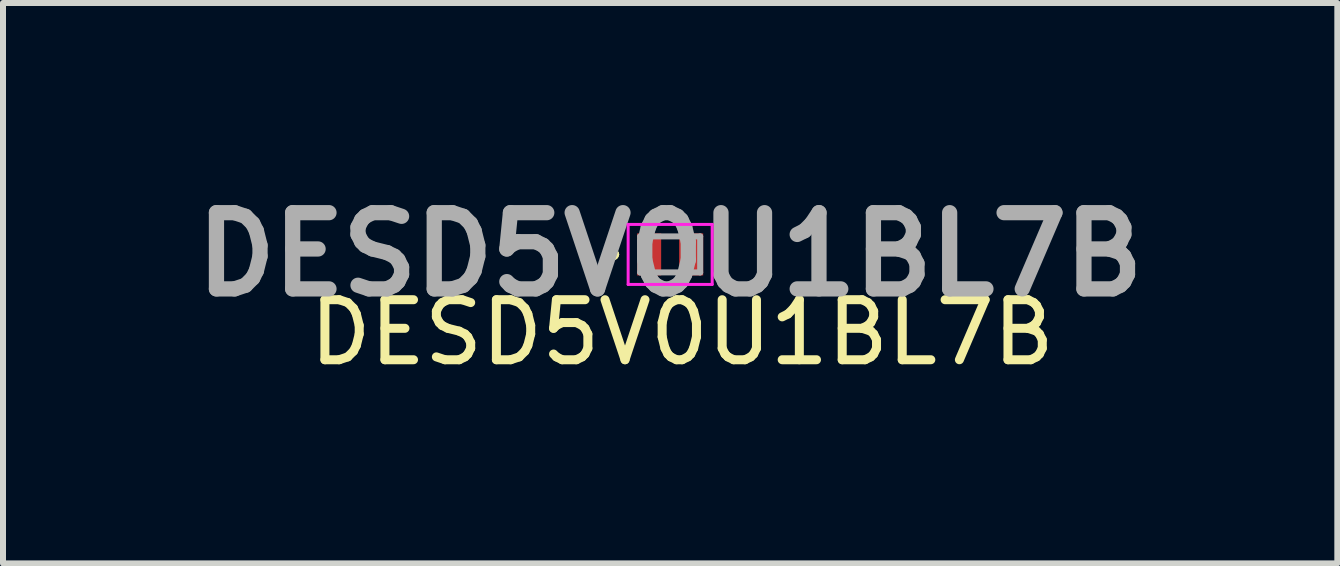
<source format=kicad_pcb>
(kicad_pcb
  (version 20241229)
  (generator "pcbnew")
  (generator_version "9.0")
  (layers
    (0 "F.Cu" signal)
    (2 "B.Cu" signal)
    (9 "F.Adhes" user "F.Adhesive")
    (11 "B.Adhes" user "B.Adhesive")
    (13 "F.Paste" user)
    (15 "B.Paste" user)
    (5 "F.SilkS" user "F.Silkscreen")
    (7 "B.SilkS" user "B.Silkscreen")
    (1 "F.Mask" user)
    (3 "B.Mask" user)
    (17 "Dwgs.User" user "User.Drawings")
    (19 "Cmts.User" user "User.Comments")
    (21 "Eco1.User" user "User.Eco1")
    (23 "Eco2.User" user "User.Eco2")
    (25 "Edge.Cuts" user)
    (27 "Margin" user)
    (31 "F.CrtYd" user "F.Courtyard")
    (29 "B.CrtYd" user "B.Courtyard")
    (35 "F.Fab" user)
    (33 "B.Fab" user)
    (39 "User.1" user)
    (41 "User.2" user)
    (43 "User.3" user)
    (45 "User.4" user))
  (footprint "DESD5V0U1BL7B"
    (layer "F.Cu")
    (at 8.116 1.189)
    (property "Reference" "DESD5V0U1BL7B" (at 0.2 1.3 0) (layer "F.SilkS") (effects (font (size 1 1) (thickness 0.15))))
    (attr smd)
    (fp_line (start -1 0) (end -1 0) (stroke (width 0.1) (type solid)) (layer "F.SilkS"))
    (fp_line (start -0.9 0) (end -0.9 0) (stroke (width 0.1) (type solid)) (layer "F.SilkS"))
    (fp_arc (start -1 0) (mid -0.95 -0.05) (end -0.9 0) (stroke (width 0.1) (type solid)) (layer "F.SilkS"))
    (fp_arc (start -0.9 0) (mid -0.95 0.05) (end -1 0) (stroke (width 0.1) (type solid)) (layer "F.SilkS"))
    (fp_line (start -0.7 -0.5) (end 0.7 -0.5) (stroke (width 0.05) (type solid)) (layer "F.CrtYd"))
    (fp_line (start -0.7 0.5) (end -0.7 -0.5) (stroke (width 0.05) (type solid)) (layer "F.CrtYd"))
    (fp_line (start 0.7 -0.5) (end 0.7 0.5) (stroke (width 0.05) (type solid)) (layer "F.CrtYd"))
    (fp_line (start 0.7 0.5) (end -0.7 0.5) (stroke (width 0.05) (type solid)) (layer "F.CrtYd"))
    (fp_line (start -0.5 -0.3) (end 0.5 -0.3) (stroke (width 0.1) (type solid)) (layer "F.Fab"))
    (fp_line (start -0.5 0.3) (end -0.5 -0.3) (stroke (width 0.1) (type solid)) (layer "F.Fab"))
    (fp_line (start 0.5 -0.3) (end 0.5 0.3) (stroke (width 0.1) (type solid)) (layer "F.Fab"))
    (fp_line (start 0.5 0.3) (end -0.5 0.3) (stroke (width 0.1) (type solid)) (layer "F.Fab"))
    (fp_text user "${REFERENCE}" (at 0 0 0) (layer "F.Fab") (effects (font (size 1.27 1.27) (thickness 0.254))))
    (pad "1" smd rect (at -0.35 0) (size 0.4 0.7) (layers "F.Cu" "F.Mask" "F.Paste"))
    (pad "2" smd rect (at 0.35 0) (size 0.4 0.7) (layers "F.Cu" "F.Mask" "F.Paste")))
  (gr_rect
    (start -3 -3)
    (end 19.232 6.337)
    (stroke (width 0.1) (type default))
    (fill no)
    (layer "Edge.Cuts")))
</source>
